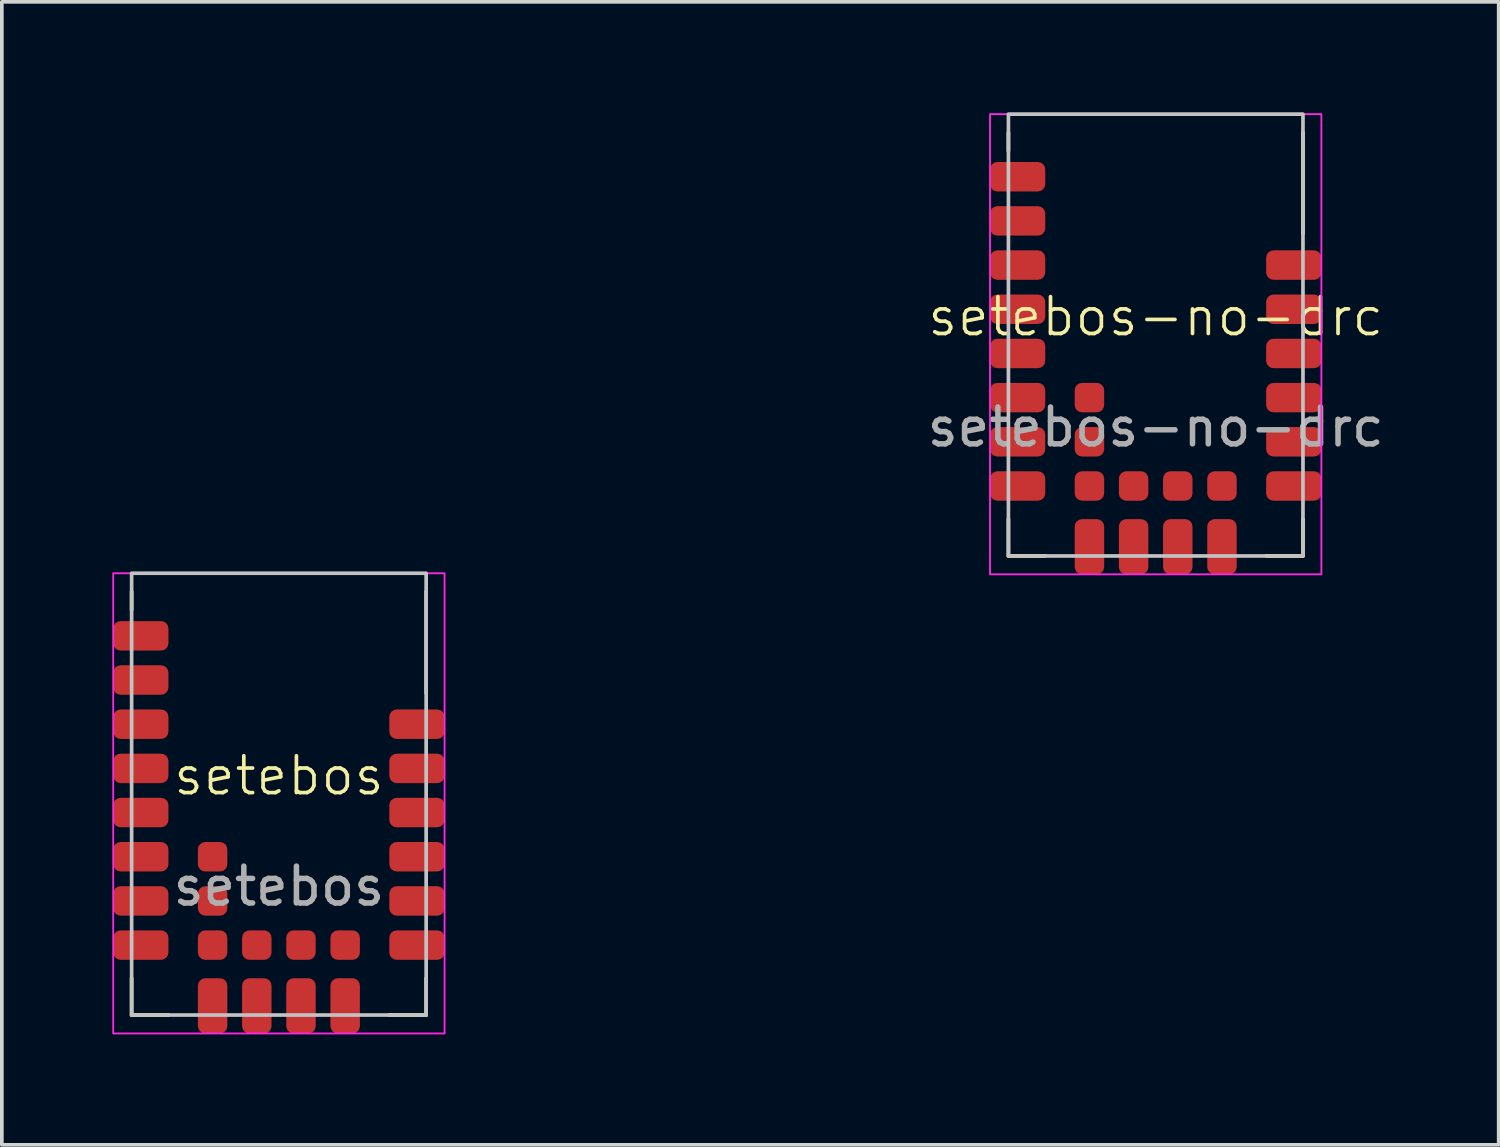
<source format=kicad_pcb>
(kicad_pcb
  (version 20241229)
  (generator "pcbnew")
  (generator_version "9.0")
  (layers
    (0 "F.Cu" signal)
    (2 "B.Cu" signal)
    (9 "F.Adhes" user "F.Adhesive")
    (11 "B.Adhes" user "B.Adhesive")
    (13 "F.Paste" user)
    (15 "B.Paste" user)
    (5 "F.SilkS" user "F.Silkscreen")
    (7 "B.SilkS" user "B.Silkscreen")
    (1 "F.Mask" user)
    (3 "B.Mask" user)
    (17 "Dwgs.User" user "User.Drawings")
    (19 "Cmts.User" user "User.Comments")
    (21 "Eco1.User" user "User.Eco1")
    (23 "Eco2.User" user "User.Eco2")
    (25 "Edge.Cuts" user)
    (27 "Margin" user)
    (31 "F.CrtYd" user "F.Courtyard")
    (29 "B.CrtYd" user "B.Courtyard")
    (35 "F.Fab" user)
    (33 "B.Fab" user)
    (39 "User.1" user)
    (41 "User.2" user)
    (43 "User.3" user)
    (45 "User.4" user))
  (footprint "setebos"
    (layer "F.Cu")
    (at 4.525 18.52)
    (property "Reference" "setebos" (at 0 -0.5 0) (unlocked yes) (layer "F.SilkS") (effects (font (size 1 1) (thickness 0.1))))
    (attr smd)
    (fp_line (start -4 -5) (end -4 -5.5) (stroke (width 0.1) (type default)) (layer "F.SilkS"))
    (fp_line (start -4 5) (end -4 6) (stroke (width 0.1) (type default)) (layer "F.SilkS"))
    (fp_line (start -4 6) (end -3 6) (stroke (width 0.1) (type default)) (layer "F.SilkS"))
    (fp_line (start 3 6) (end 4 6) (stroke (width 0.1) (type default)) (layer "F.SilkS"))
    (fp_line (start 4 -5.5) (end 4 -2.75) (stroke (width 0.1) (type default)) (layer "F.SilkS"))
    (fp_line (start 4 6) (end 4 5) (stroke (width 0.1) (type default)) (layer "F.SilkS"))
    (fp_rect (start -4 -6) (end 4 6) (stroke (width 0.1) (type default)) (fill no) (layer "Dwgs.User"))
    (fp_rect (start -4.5 -6) (end 4.5 6.5) (stroke (width 0.05) (type default)) (fill no) (layer "F.CrtYd"))
    (fp_text user "${REFERENCE}" (at 0 2.5 0) (unlocked yes) (layer "F.Fab") (effects (font (size 1 1) (thickness 0.15))))
    (pad "1" smd roundrect (at -3.75 -4.3) (size 1.5 0.8) (layers "F.Cu" "F.Mask" "F.Paste") (roundrect_rratio 0.25))
    (pad "2" smd roundrect (at -3.75 -3.1) (size 1.5 0.8) (layers "F.Cu" "F.Mask" "F.Paste") (roundrect_rratio 0.25))
    (pad "3" smd roundrect (at -3.75 -1.9) (size 1.5 0.8) (layers "F.Cu" "F.Mask" "F.Paste") (roundrect_rratio 0.25))
    (pad "4" smd roundrect (at -3.75 -0.7) (size 1.5 0.8) (layers "F.Cu" "F.Mask" "F.Paste") (roundrect_rratio 0.25))
    (pad "5" smd roundrect (at -3.75 0.5) (size 1.5 0.8) (layers "F.Cu" "F.Mask" "F.Paste") (roundrect_rratio 0.25))
    (pad "6" smd roundrect (at -3.75 1.7) (size 1.5 0.8) (layers "F.Cu" "F.Mask" "F.Paste") (roundrect_rratio 0.25))
    (pad "7" smd roundrect (at -3.75 2.9) (size 1.5 0.8) (layers "F.Cu" "F.Mask" "F.Paste") (roundrect_rratio 0.25))
    (pad "8" smd roundrect (at -3.75 4.1) (size 1.5 0.8) (layers "F.Cu" "F.Mask" "F.Paste") (roundrect_rratio 0.25))
    (pad "9" smd roundrect (at -1.8 5.75 90) (size 1.5 0.8) (layers "F.Cu" "F.Mask" "F.Paste") (roundrect_rratio 0.25))
    (pad "10" smd roundrect (at -0.6 5.75 90) (size 1.5 0.8) (layers "F.Cu" "F.Mask" "F.Paste") (roundrect_rratio 0.25))
    (pad "11" smd roundrect (at 0.6 5.75 90) (size 1.5 0.8) (layers "F.Cu" "F.Mask" "F.Paste") (roundrect_rratio 0.25))
    (pad "12" smd roundrect (at 1.8 5.75 90) (size 1.5 0.8) (layers "F.Cu" "F.Mask" "F.Paste") (roundrect_rratio 0.25))
    (pad "13" smd roundrect (at 3.75 4.1 180) (size 1.5 0.8) (layers "F.Cu" "F.Mask" "F.Paste") (roundrect_rratio 0.25))
    (pad "14" smd roundrect (at 3.75 2.9 180) (size 1.5 0.8) (layers "F.Cu" "F.Mask" "F.Paste") (roundrect_rratio 0.25))
    (pad "15" smd roundrect (at 3.75 1.7 180) (size 1.5 0.8) (layers "F.Cu" "F.Mask" "F.Paste") (roundrect_rratio 0.25))
    (pad "16" smd roundrect (at 3.75 0.5 180) (size 1.5 0.8) (layers "F.Cu" "F.Mask" "F.Paste") (roundrect_rratio 0.25))
    (pad "17" smd roundrect (at 3.75 -0.7 180) (size 1.5 0.8) (layers "F.Cu" "F.Mask" "F.Paste") (roundrect_rratio 0.25))
    (pad "18" smd roundrect (at 3.75 -1.9 180) (size 1.5 0.8) (layers "F.Cu" "F.Mask" "F.Paste") (roundrect_rratio 0.25))
    (pad "B1" smd roundrect (at -1.8 1.7 180) (size 0.8 0.8) (layers "F.Cu" "F.Mask" "F.Paste") (roundrect_rratio 0.25))
    (pad "B2" smd roundrect (at -1.8 2.9 180) (size 0.8 0.8) (layers "F.Cu" "F.Mask" "F.Paste") (roundrect_rratio 0.25))
    (pad "B3" smd roundrect (at -1.8 4.1 180) (size 0.8 0.8) (layers "F.Cu" "F.Mask" "F.Paste") (roundrect_rratio 0.25))
    (pad "B4" smd roundrect (at -0.6 4.1 180) (size 0.8 0.8) (layers "F.Cu" "F.Mask" "F.Paste") (roundrect_rratio 0.25))
    (pad "B5" smd roundrect (at 0.6 4.1 180) (size 0.8 0.8) (layers "F.Cu" "F.Mask" "F.Paste") (roundrect_rratio 0.25))
    (pad "B6" smd roundrect (at 1.8 4.1 180) (size 0.8 0.8) (layers "F.Cu" "F.Mask" "F.Paste") (roundrect_rratio 0.25))
    (zone (net_name "") (layers "F.Cu" "B.Cu") (name "Antenna") (hatch edge 0.5) (connect_pads) (min_thickness 0.25) (filled_areas_thickness no) (keepout (tracks not_allowed) (vias not_allowed) (pads not_allowed) (copperpour not_allowed) (footprints allowed)) (placement (enabled no)) (fill) (polygon (pts (xy 2.525 16.75) (xy 2.525 0) (xy 19.025 0) (xy 19.025 16.75)))))
  (footprint "setebos-no-drc"
    (layer "F.Cu")
    (at 28.34 6.05)
    (property "Reference" "setebos-no-drc" (at 0 -0.5 0) (unlocked yes) (layer "F.SilkS") (effects (font (size 1 1) (thickness 0.1))))
    (attr smd)
    (fp_line (start -4 -5) (end -4 -5.5) (stroke (width 0.1) (type default)) (layer "F.SilkS"))
    (fp_line (start -4 5) (end -4 6) (stroke (width 0.1) (type default)) (layer "F.SilkS"))
    (fp_line (start -4 6) (end -3 6) (stroke (width 0.1) (type default)) (layer "F.SilkS"))
    (fp_line (start 3 6) (end 4 6) (stroke (width 0.1) (type default)) (layer "F.SilkS"))
    (fp_line (start 4 -5.5) (end 4 -2.75) (stroke (width 0.1) (type default)) (layer "F.SilkS"))
    (fp_line (start 4 6) (end 4 5) (stroke (width 0.1) (type default)) (layer "F.SilkS"))
    (fp_rect (start -4 -6) (end 4 6) (stroke (width 0.1) (type default)) (fill no) (layer "Dwgs.User"))
    (fp_rect (start -4.5 -6) (end 4.5 6.5) (stroke (width 0.05) (type default)) (fill no) (layer "F.CrtYd"))
    (fp_text user "${REFERENCE}" (at 0 2.5 0) (unlocked yes) (layer "F.Fab") (effects (font (size 1 1) (thickness 0.15))))
    (pad "1" smd roundrect (at -3.75 -4.3) (size 1.5 0.8) (layers "F.Cu" "F.Mask" "F.Paste") (roundrect_rratio 0.25))
    (pad "2" smd roundrect (at -3.75 -3.1) (size 1.5 0.8) (layers "F.Cu" "F.Mask" "F.Paste") (roundrect_rratio 0.25))
    (pad "3" smd roundrect (at -3.75 -1.9) (size 1.5 0.8) (layers "F.Cu" "F.Mask" "F.Paste") (roundrect_rratio 0.25))
    (pad "4" smd roundrect (at -3.75 -0.7) (size 1.5 0.8) (layers "F.Cu" "F.Mask" "F.Paste") (roundrect_rratio 0.25))
    (pad "5" smd roundrect (at -3.75 0.5) (size 1.5 0.8) (layers "F.Cu" "F.Mask" "F.Paste") (roundrect_rratio 0.25))
    (pad "6" smd roundrect (at -3.75 1.7) (size 1.5 0.8) (layers "F.Cu" "F.Mask" "F.Paste") (roundrect_rratio 0.25))
    (pad "7" smd roundrect (at -3.75 2.9) (size 1.5 0.8) (layers "F.Cu" "F.Mask" "F.Paste") (roundrect_rratio 0.25))
    (pad "8" smd roundrect (at -3.75 4.1) (size 1.5 0.8) (layers "F.Cu" "F.Mask" "F.Paste") (roundrect_rratio 0.25))
    (pad "9" smd roundrect (at -1.8 5.75 90) (size 1.5 0.8) (layers "F.Cu" "F.Mask" "F.Paste") (roundrect_rratio 0.25))
    (pad "10" smd roundrect (at -0.6 5.75 90) (size 1.5 0.8) (layers "F.Cu" "F.Mask" "F.Paste") (roundrect_rratio 0.25))
    (pad "11" smd roundrect (at 0.6 5.75 90) (size 1.5 0.8) (layers "F.Cu" "F.Mask" "F.Paste") (roundrect_rratio 0.25))
    (pad "12" smd roundrect (at 1.8 5.75 90) (size 1.5 0.8) (layers "F.Cu" "F.Mask" "F.Paste") (roundrect_rratio 0.25))
    (pad "13" smd roundrect (at 3.75 4.1 180) (size 1.5 0.8) (layers "F.Cu" "F.Mask" "F.Paste") (roundrect_rratio 0.25))
    (pad "14" smd roundrect (at 3.75 2.9 180) (size 1.5 0.8) (layers "F.Cu" "F.Mask" "F.Paste") (roundrect_rratio 0.25))
    (pad "15" smd roundrect (at 3.75 1.7 180) (size 1.5 0.8) (layers "F.Cu" "F.Mask" "F.Paste") (roundrect_rratio 0.25))
    (pad "16" smd roundrect (at 3.75 0.5 180) (size 1.5 0.8) (layers "F.Cu" "F.Mask" "F.Paste") (roundrect_rratio 0.25))
    (pad "17" smd roundrect (at 3.75 -0.7 180) (size 1.5 0.8) (layers "F.Cu" "F.Mask" "F.Paste") (roundrect_rratio 0.25))
    (pad "18" smd roundrect (at 3.75 -1.9 180) (size 1.5 0.8) (layers "F.Cu" "F.Mask" "F.Paste") (roundrect_rratio 0.25))
    (pad "B1" smd roundrect (at -1.8 1.7 180) (size 0.8 0.8) (layers "F.Cu" "F.Mask" "F.Paste") (roundrect_rratio 0.25))
    (pad "B2" smd roundrect (at -1.8 2.9 180) (size 0.8 0.8) (layers "F.Cu" "F.Mask" "F.Paste") (roundrect_rratio 0.25))
    (pad "B3" smd roundrect (at -1.8 4.1 180) (size 0.8 0.8) (layers "F.Cu" "F.Mask" "F.Paste") (roundrect_rratio 0.25))
    (pad "B4" smd roundrect (at -0.6 4.1 180) (size 0.8 0.8) (layers "F.Cu" "F.Mask" "F.Paste") (roundrect_rratio 0.25))
    (pad "B5" smd roundrect (at 0.6 4.1 180) (size 0.8 0.8) (layers "F.Cu" "F.Mask" "F.Paste") (roundrect_rratio 0.25))
    (pad "B6" smd roundrect (at 1.8 4.1 180) (size 0.8 0.8) (layers "F.Cu" "F.Mask" "F.Paste") (roundrect_rratio 0.25)))
  (gr_rect
    (start -3 -3)
    (end 37.656 28.045)
    (stroke (width 0.1) (type default))
    (fill no)
    (layer "Edge.Cuts")))
</source>
